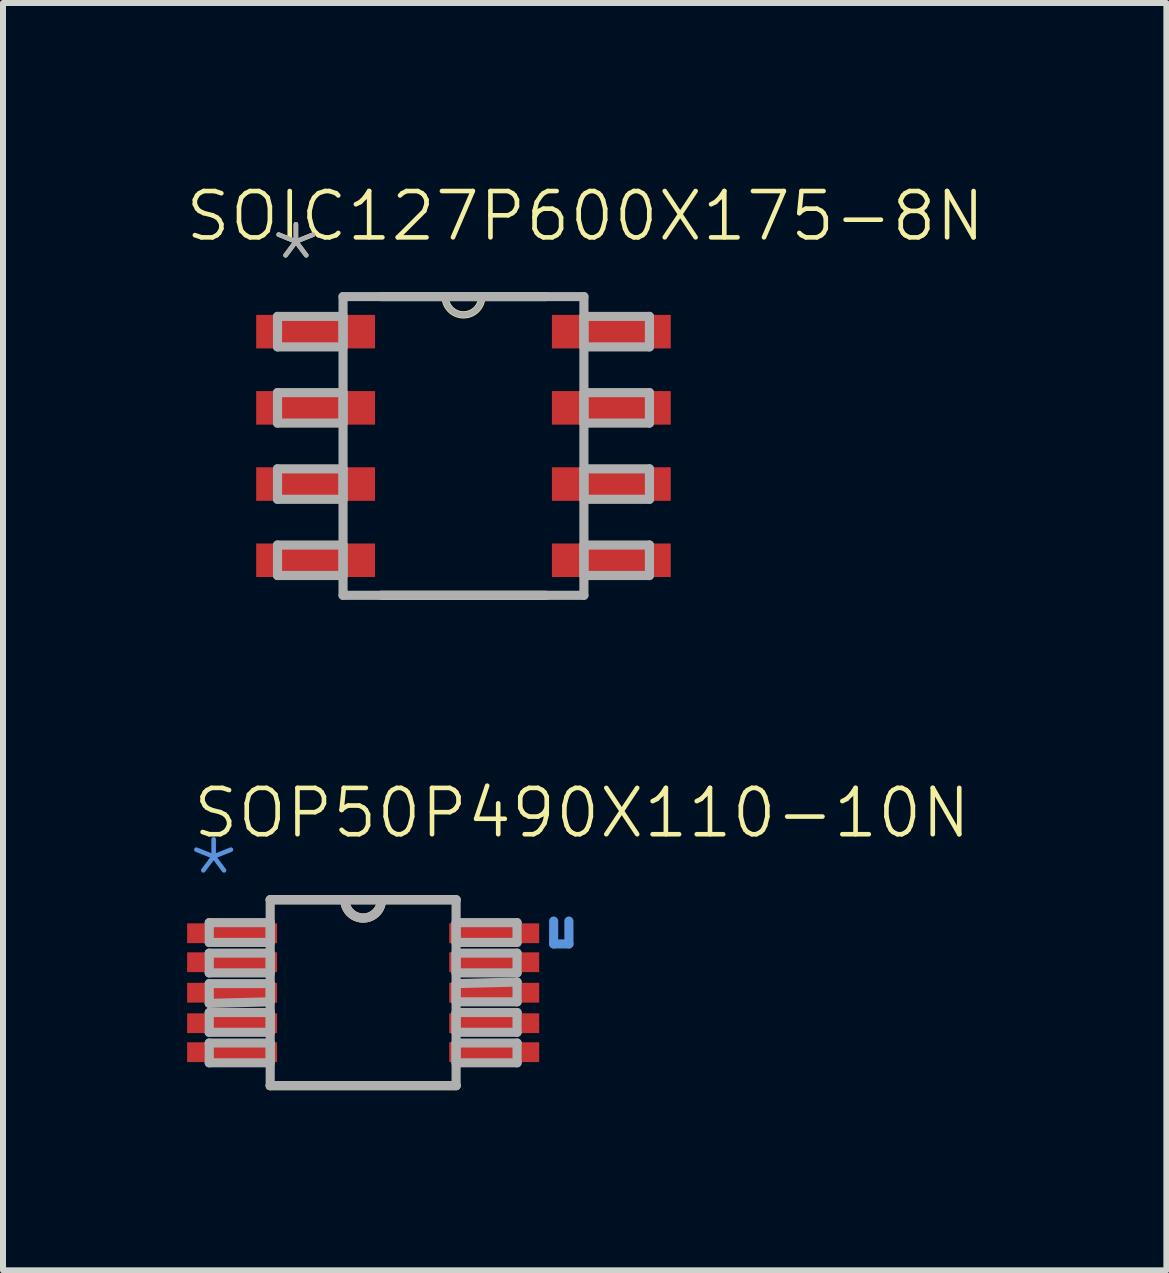
<source format=kicad_pcb>
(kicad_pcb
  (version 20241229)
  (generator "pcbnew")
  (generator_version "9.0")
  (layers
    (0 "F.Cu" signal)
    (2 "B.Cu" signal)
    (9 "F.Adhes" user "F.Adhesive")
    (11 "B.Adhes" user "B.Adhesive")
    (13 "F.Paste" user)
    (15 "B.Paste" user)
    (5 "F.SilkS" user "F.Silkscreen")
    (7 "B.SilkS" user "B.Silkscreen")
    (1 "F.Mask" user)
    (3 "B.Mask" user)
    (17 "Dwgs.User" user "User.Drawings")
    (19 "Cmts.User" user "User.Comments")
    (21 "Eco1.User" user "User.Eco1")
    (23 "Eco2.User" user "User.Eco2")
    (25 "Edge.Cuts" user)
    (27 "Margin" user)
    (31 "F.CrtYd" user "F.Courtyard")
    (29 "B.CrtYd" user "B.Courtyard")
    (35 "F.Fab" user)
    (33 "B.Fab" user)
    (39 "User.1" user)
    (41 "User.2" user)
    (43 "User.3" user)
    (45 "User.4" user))
  (footprint "SOP50P490X110-10N"
    (layer "F.Cu")
    (at 3.002 13.494)
    (property "Reference" "SOP50P490X110-10N" (at -2.873 -2.543 0) (layer "F.SilkS") (effects (font (size 0.772 0.772) (thickness 0.077)) (justify left bottom)))
    (attr through_hole)
    (fp_line (start -1.549 1.549) (end 1.549 1.549) (stroke (width 0.152) (type solid)) (layer "F.SilkS"))
    (fp_line (start -0.305 -1.549) (end -1.549 -1.549) (stroke (width 0.152) (type solid)) (layer "F.SilkS"))
    (fp_line (start 0.305 -1.549) (end -0.305 -1.549) (stroke (width 0.152) (type solid)) (layer "F.SilkS"))
    (fp_line (start 1.549 -1.549) (end 0.305 -1.549) (stroke (width 0.152) (type solid)) (layer "F.SilkS"))
    (fp_arc (start 0.3048 -1.5494) (mid 0 -1.2446) (end -0.3048 -1.5494) (stroke (width 0.1524) (type solid)) (layer "F.SilkS"))
    (fp_line (start 3.175 -0.813) (end 3.175 -1.194) (stroke (width 0.152) (type solid)) (layer "Cmts.User"))
    (fp_line (start 3.429 -1.194) (end 3.429 -0.813) (stroke (width 0.152) (type solid)) (layer "Cmts.User"))
    (fp_line (start 3.429 -0.813) (end 3.175 -0.813) (stroke (width 0.152) (type solid)) (layer "Cmts.User"))
    (fp_line (start -2.565 -1.168) (end -2.565 -0.838) (stroke (width 0.152) (type solid)) (layer "F.Fab"))
    (fp_line (start -2.565 -0.838) (end -1.549 -0.838) (stroke (width 0.152) (type solid)) (layer "F.Fab"))
    (fp_line (start -2.565 -0.66) (end -2.565 -0.33) (stroke (width 0.152) (type solid)) (layer "F.Fab"))
    (fp_line (start -2.565 -0.33) (end -1.549 -0.33) (stroke (width 0.152) (type solid)) (layer "F.Fab"))
    (fp_line (start -2.565 -0.152) (end -2.565 0.178) (stroke (width 0.152) (type solid)) (layer "F.Fab"))
    (fp_line (start -2.565 0.178) (end -1.549 0.152) (stroke (width 0.152) (type solid)) (layer "F.Fab"))
    (fp_line (start -2.565 0.33) (end -2.565 0.66) (stroke (width 0.152) (type solid)) (layer "F.Fab"))
    (fp_line (start -2.565 0.66) (end -1.549 0.66) (stroke (width 0.152) (type solid)) (layer "F.Fab"))
    (fp_line (start -2.565 0.838) (end -2.565 1.168) (stroke (width 0.152) (type solid)) (layer "F.Fab"))
    (fp_line (start -2.565 1.168) (end -1.549 1.168) (stroke (width 0.152) (type solid)) (layer "F.Fab"))
    (fp_line (start -1.549 -1.549) (end -1.549 1.549) (stroke (width 0.152) (type solid)) (layer "F.Fab"))
    (fp_line (start -1.549 -1.168) (end -2.565 -1.168) (stroke (width 0.152) (type solid)) (layer "F.Fab"))
    (fp_line (start -1.549 -0.838) (end -1.549 -1.168) (stroke (width 0.152) (type solid)) (layer "F.Fab"))
    (fp_line (start -1.549 -0.66) (end -2.565 -0.66) (stroke (width 0.152) (type solid)) (layer "F.Fab"))
    (fp_line (start -1.549 -0.33) (end -1.549 -0.66) (stroke (width 0.152) (type solid)) (layer "F.Fab"))
    (fp_line (start -1.549 -0.152) (end -2.565 -0.152) (stroke (width 0.152) (type solid)) (layer "F.Fab"))
    (fp_line (start -1.549 0.152) (end -1.549 -0.152) (stroke (width 0.152) (type solid)) (layer "F.Fab"))
    (fp_line (start -1.549 0.33) (end -2.565 0.33) (stroke (width 0.152) (type solid)) (layer "F.Fab"))
    (fp_line (start -1.549 0.66) (end -1.549 0.33) (stroke (width 0.152) (type solid)) (layer "F.Fab"))
    (fp_line (start -1.549 0.838) (end -2.565 0.838) (stroke (width 0.152) (type solid)) (layer "F.Fab"))
    (fp_line (start -1.549 1.168) (end -1.549 0.838) (stroke (width 0.152) (type solid)) (layer "F.Fab"))
    (fp_line (start -1.549 1.549) (end 1.549 1.549) (stroke (width 0.152) (type solid)) (layer "F.Fab"))
    (fp_line (start -0.305 -1.549) (end -1.549 -1.549) (stroke (width 0.152) (type solid)) (layer "F.Fab"))
    (fp_line (start 0.305 -1.549) (end -0.305 -1.549) (stroke (width 0.152) (type solid)) (layer "F.Fab"))
    (fp_line (start 1.549 -1.549) (end 0.305 -1.549) (stroke (width 0.152) (type solid)) (layer "F.Fab"))
    (fp_line (start 1.549 -1.168) (end 1.549 -0.838) (stroke (width 0.152) (type solid)) (layer "F.Fab"))
    (fp_line (start 1.549 -0.838) (end 2.565 -0.838) (stroke (width 0.152) (type solid)) (layer "F.Fab"))
    (fp_line (start 1.549 -0.66) (end 1.549 -0.33) (stroke (width 0.152) (type solid)) (layer "F.Fab"))
    (fp_line (start 1.549 -0.33) (end 2.565 -0.33) (stroke (width 0.152) (type solid)) (layer "F.Fab"))
    (fp_line (start 1.549 -0.152) (end 1.549 0.152) (stroke (width 0.152) (type solid)) (layer "F.Fab"))
    (fp_line (start 1.549 0.152) (end 2.565 0.152) (stroke (width 0.152) (type solid)) (layer "F.Fab"))
    (fp_line (start 1.549 0.33) (end 1.549 0.66) (stroke (width 0.152) (type solid)) (layer "F.Fab"))
    (fp_line (start 1.549 0.66) (end 2.565 0.66) (stroke (width 0.152) (type solid)) (layer "F.Fab"))
    (fp_line (start 1.549 0.838) (end 1.549 1.168) (stroke (width 0.152) (type solid)) (layer "F.Fab"))
    (fp_line (start 1.549 1.168) (end 2.565 1.168) (stroke (width 0.152) (type solid)) (layer "F.Fab"))
    (fp_line (start 1.549 1.549) (end 1.549 -1.549) (stroke (width 0.152) (type solid)) (layer "F.Fab"))
    (fp_line (start 2.565 -1.168) (end 1.549 -1.168) (stroke (width 0.152) (type solid)) (layer "F.Fab"))
    (fp_line (start 2.565 -0.838) (end 2.565 -1.168) (stroke (width 0.152) (type solid)) (layer "F.Fab"))
    (fp_line (start 2.565 -0.66) (end 1.549 -0.66) (stroke (width 0.152) (type solid)) (layer "F.Fab"))
    (fp_line (start 2.565 -0.33) (end 2.565 -0.66) (stroke (width 0.152) (type solid)) (layer "F.Fab"))
    (fp_line (start 2.565 -0.178) (end 1.549 -0.152) (stroke (width 0.152) (type solid)) (layer "F.Fab"))
    (fp_line (start 2.565 0.152) (end 2.565 -0.178) (stroke (width 0.152) (type solid)) (layer "F.Fab"))
    (fp_line (start 2.565 0.33) (end 1.549 0.33) (stroke (width 0.152) (type solid)) (layer "F.Fab"))
    (fp_line (start 2.565 0.66) (end 2.565 0.33) (stroke (width 0.152) (type solid)) (layer "F.Fab"))
    (fp_line (start 2.565 0.838) (end 1.549 0.838) (stroke (width 0.152) (type solid)) (layer "F.Fab"))
    (fp_line (start 2.565 1.168) (end 2.565 0.838) (stroke (width 0.152) (type solid)) (layer "F.Fab"))
    (fp_arc (start 0.3048 -1.5494) (mid 0 -1.2446) (end -0.3048 -1.5494) (stroke (width 0.1524) (type solid)) (layer "F.Fab"))
    (fp_text user "*" (at -3.002 -1.196 0) (layer "Cmts.User") (effects (font (size 1.209 1.209) (thickness 0.076)) (justify left bottom)))
    (pad "1" smd rect (at -2.184 -0.991) (size 1.499 0.33) (layers "F.Cu" "F.Mask" "F.Paste"))
    (pad "2" smd rect (at -2.184 -0.508) (size 1.499 0.33) (layers "F.Cu" "F.Mask" "F.Paste"))
    (pad "3" smd rect (at -2.184 0) (size 1.499 0.33) (layers "F.Cu" "F.Mask" "F.Paste"))
    (pad "4" smd rect (at -2.184 0.508) (size 1.499 0.33) (layers "F.Cu" "F.Mask" "F.Paste"))
    (pad "5" smd rect (at -2.184 0.991) (size 1.499 0.33) (layers "F.Cu" "F.Mask" "F.Paste"))
    (pad "6" smd rect (at 2.184 0.991) (size 1.499 0.33) (layers "F.Cu" "F.Mask" "F.Paste"))
    (pad "7" smd rect (at 2.184 0.508) (size 1.499 0.33) (layers "F.Cu" "F.Mask" "F.Paste"))
    (pad "8" smd rect (at 2.184 0) (size 1.499 0.33) (layers "F.Cu" "F.Mask" "F.Paste"))
    (pad "9" smd rect (at 2.184 -0.508) (size 1.499 0.33) (layers "F.Cu" "F.Mask" "F.Paste"))
    (pad "10" smd rect (at 2.184 -0.991) (size 1.499 0.33) (layers "F.Cu" "F.Mask" "F.Paste")))
  (footprint "SOIC127P600X175-8N"
    (layer "F.Cu")
    (at 4.674 4.382)
    (property "Reference" "SOIC127P600X175-8N" (at -4.674 -3.378 0) (layer "F.SilkS") (effects (font (size 0.772 0.772) (thickness 0.077)) (justify left bottom)))
    (attr through_hole)
    (fp_line (start -1.372 2.489) (end 1.372 2.489) (stroke (width 0.152) (type solid)) (layer "F.SilkS"))
    (fp_line (start -0.305 -2.489) (end -1.372 -2.489) (stroke (width 0.152) (type solid)) (layer "F.SilkS"))
    (fp_line (start 0.305 -2.489) (end -0.305 -2.489) (stroke (width 0.152) (type solid)) (layer "F.SilkS"))
    (fp_line (start 1.372 -2.489) (end 0.305 -2.489) (stroke (width 0.152) (type solid)) (layer "F.SilkS"))
    (fp_arc (start 0.3048 -2.4892) (mid 0 -2.1844) (end -0.3048 -2.4892) (stroke (width 0.12) (type solid)) (layer "F.SilkS"))
    (fp_line (start -3.099 -2.159) (end -3.099 -1.651) (stroke (width 0.152) (type solid)) (layer "F.Fab"))
    (fp_line (start -3.099 -1.651) (end -2.007 -1.651) (stroke (width 0.152) (type solid)) (layer "F.Fab"))
    (fp_line (start -3.099 -0.889) (end -3.099 -0.381) (stroke (width 0.152) (type solid)) (layer "F.Fab"))
    (fp_line (start -3.099 -0.381) (end -2.007 -0.381) (stroke (width 0.152) (type solid)) (layer "F.Fab"))
    (fp_line (start -3.099 0.381) (end -3.099 0.889) (stroke (width 0.152) (type solid)) (layer "F.Fab"))
    (fp_line (start -3.099 0.889) (end -2.007 0.889) (stroke (width 0.152) (type solid)) (layer "F.Fab"))
    (fp_line (start -3.099 1.651) (end -3.099 2.159) (stroke (width 0.152) (type solid)) (layer "F.Fab"))
    (fp_line (start -3.099 2.159) (end -2.007 2.159) (stroke (width 0.152) (type solid)) (layer "F.Fab"))
    (fp_line (start -2.007 -2.489) (end -2.007 2.489) (stroke (width 0.152) (type solid)) (layer "F.Fab"))
    (fp_line (start -2.007 -2.159) (end -3.099 -2.159) (stroke (width 0.152) (type solid)) (layer "F.Fab"))
    (fp_line (start -2.007 -1.651) (end -2.007 -2.159) (stroke (width 0.152) (type solid)) (layer "F.Fab"))
    (fp_line (start -2.007 -0.889) (end -3.099 -0.889) (stroke (width 0.152) (type solid)) (layer "F.Fab"))
    (fp_line (start -2.007 -0.381) (end -2.007 -0.889) (stroke (width 0.152) (type solid)) (layer "F.Fab"))
    (fp_line (start -2.007 0.381) (end -3.099 0.381) (stroke (width 0.152) (type solid)) (layer "F.Fab"))
    (fp_line (start -2.007 0.889) (end -2.007 0.381) (stroke (width 0.152) (type solid)) (layer "F.Fab"))
    (fp_line (start -2.007 1.651) (end -3.099 1.651) (stroke (width 0.152) (type solid)) (layer "F.Fab"))
    (fp_line (start -2.007 2.159) (end -2.007 1.651) (stroke (width 0.152) (type solid)) (layer "F.Fab"))
    (fp_line (start -2.007 2.489) (end 2.007 2.489) (stroke (width 0.152) (type solid)) (layer "F.Fab"))
    (fp_line (start -0.305 -2.489) (end -2.007 -2.489) (stroke (width 0.152) (type solid)) (layer "F.Fab"))
    (fp_line (start 0.305 -2.489) (end -0.305 -2.489) (stroke (width 0.152) (type solid)) (layer "F.Fab"))
    (fp_line (start 2.007 -2.489) (end 0.305 -2.489) (stroke (width 0.152) (type solid)) (layer "F.Fab"))
    (fp_line (start 2.007 -2.159) (end 2.007 -1.651) (stroke (width 0.152) (type solid)) (layer "F.Fab"))
    (fp_line (start 2.007 -1.651) (end 3.099 -1.651) (stroke (width 0.152) (type solid)) (layer "F.Fab"))
    (fp_line (start 2.007 -0.889) (end 2.007 -0.381) (stroke (width 0.152) (type solid)) (layer "F.Fab"))
    (fp_line (start 2.007 -0.381) (end 3.099 -0.381) (stroke (width 0.152) (type solid)) (layer "F.Fab"))
    (fp_line (start 2.007 0.381) (end 2.007 0.889) (stroke (width 0.152) (type solid)) (layer "F.Fab"))
    (fp_line (start 2.007 0.889) (end 3.099 0.889) (stroke (width 0.152) (type solid)) (layer "F.Fab"))
    (fp_line (start 2.007 1.651) (end 2.007 2.159) (stroke (width 0.152) (type solid)) (layer "F.Fab"))
    (fp_line (start 2.007 2.159) (end 3.099 2.159) (stroke (width 0.152) (type solid)) (layer "F.Fab"))
    (fp_line (start 2.007 2.489) (end 2.007 -2.489) (stroke (width 0.152) (type solid)) (layer "F.Fab"))
    (fp_line (start 3.099 -2.159) (end 2.007 -2.159) (stroke (width 0.152) (type solid)) (layer "F.Fab"))
    (fp_line (start 3.099 -1.651) (end 3.099 -2.159) (stroke (width 0.152) (type solid)) (layer "F.Fab"))
    (fp_line (start 3.099 -0.889) (end 2.007 -0.889) (stroke (width 0.152) (type solid)) (layer "F.Fab"))
    (fp_line (start 3.099 -0.381) (end 3.099 -0.889) (stroke (width 0.152) (type solid)) (layer "F.Fab"))
    (fp_line (start 3.099 0.381) (end 2.007 0.381) (stroke (width 0.152) (type solid)) (layer "F.Fab"))
    (fp_line (start 3.099 0.889) (end 3.099 0.381) (stroke (width 0.152) (type solid)) (layer "F.Fab"))
    (fp_line (start 3.099 1.651) (end 2.007 1.651) (stroke (width 0.152) (type solid)) (layer "F.Fab"))
    (fp_line (start 3.099 2.159) (end 3.099 1.651) (stroke (width 0.152) (type solid)) (layer "F.Fab"))
    (fp_arc (start 0.3048 -2.4892) (mid 0 -2.1844) (end -0.3048 -2.4892) (stroke (width 0.1) (type solid)) (layer "F.Fab"))
    (fp_text user "*" (at -3.302 -2.337 0) (layer "F.SilkS") (effects (font (size 1.206 1.206) (thickness 0.076)) (justify left bottom)))
    (fp_text user "*" (at -3.302 -2.337 0) (layer "F.Fab") (effects (font (size 1.206 1.206) (thickness 0.076)) (justify left bottom)))
    (pad "1" smd rect (at -2.464 -1.905) (size 1.981 0.559) (layers "F.Cu" "F.Mask" "F.Paste"))
    (pad "2" smd rect (at -2.464 -0.635) (size 1.981 0.559) (layers "F.Cu" "F.Mask" "F.Paste"))
    (pad "3" smd rect (at -2.464 0.635) (size 1.981 0.559) (layers "F.Cu" "F.Mask" "F.Paste"))
    (pad "4" smd rect (at -2.464 1.905) (size 1.981 0.559) (layers "F.Cu" "F.Mask" "F.Paste"))
    (pad "5" smd rect (at 2.464 1.905) (size 1.981 0.559) (layers "F.Cu" "F.Mask" "F.Paste"))
    (pad "6" smd rect (at 2.464 0.635) (size 1.981 0.559) (layers "F.Cu" "F.Mask" "F.Paste"))
    (pad "7" smd rect (at 2.464 -0.635) (size 1.981 0.559) (layers "F.Cu" "F.Mask" "F.Paste"))
    (pad "8" smd rect (at 2.464 -1.905) (size 1.981 0.559) (layers "F.Cu" "F.Mask" "F.Paste")))
  (gr_rect
    (start -3 -3)
    (end 16.388 18.12)
    (stroke (width 0.1) (type default))
    (fill no)
    (layer "Edge.Cuts")))
</source>
